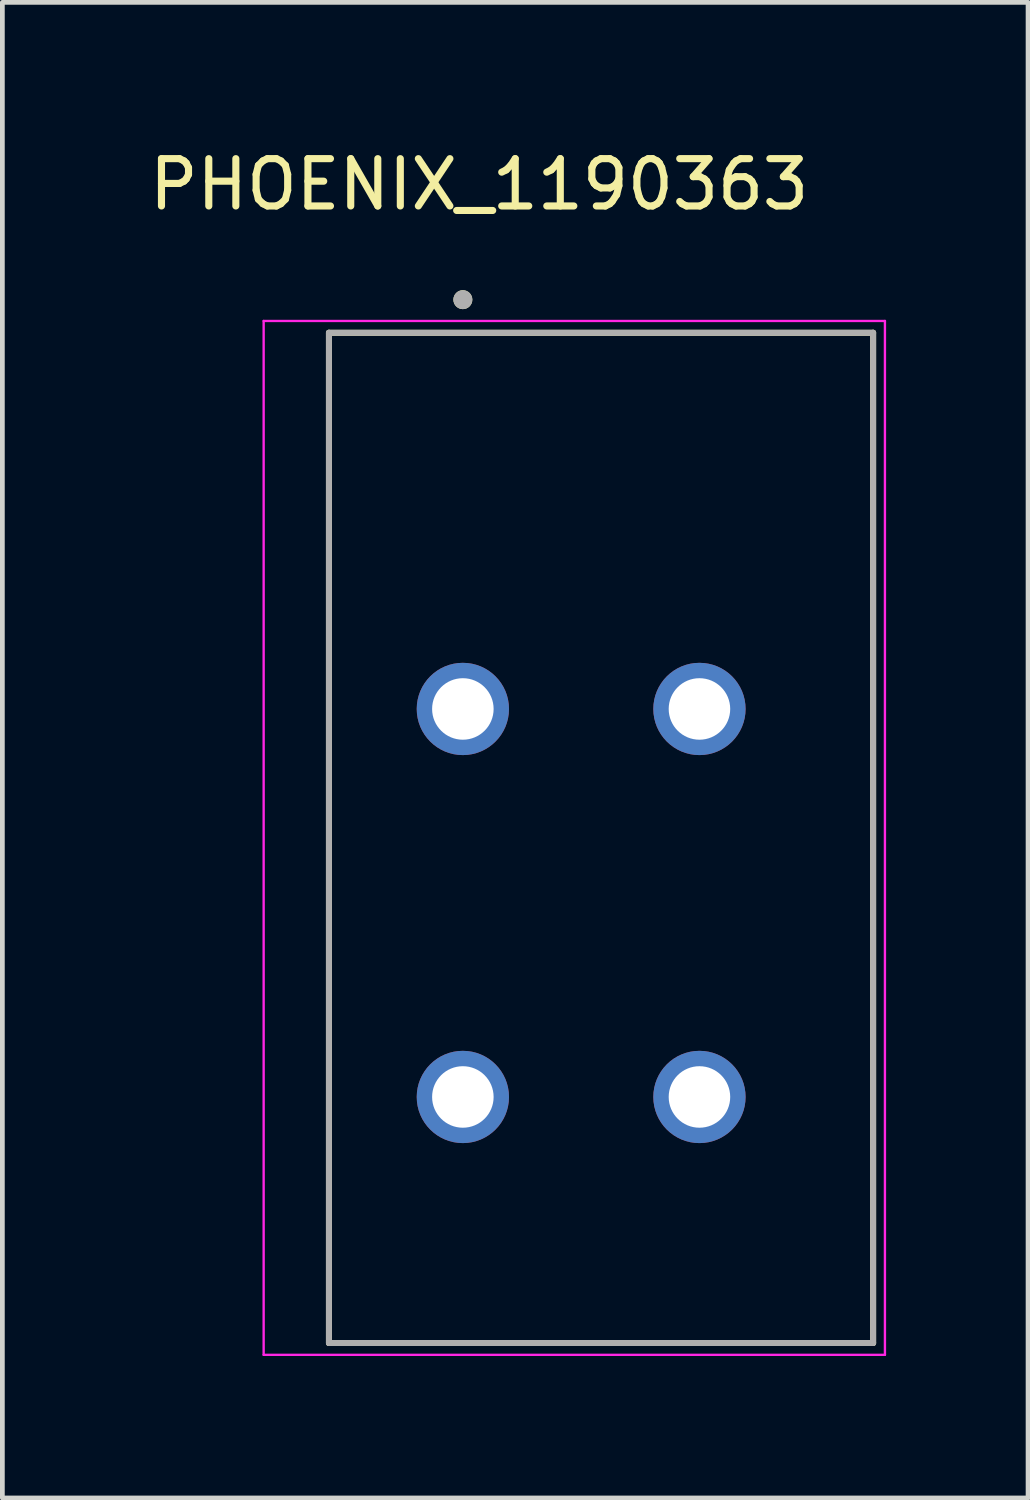
<source format=kicad_pcb>
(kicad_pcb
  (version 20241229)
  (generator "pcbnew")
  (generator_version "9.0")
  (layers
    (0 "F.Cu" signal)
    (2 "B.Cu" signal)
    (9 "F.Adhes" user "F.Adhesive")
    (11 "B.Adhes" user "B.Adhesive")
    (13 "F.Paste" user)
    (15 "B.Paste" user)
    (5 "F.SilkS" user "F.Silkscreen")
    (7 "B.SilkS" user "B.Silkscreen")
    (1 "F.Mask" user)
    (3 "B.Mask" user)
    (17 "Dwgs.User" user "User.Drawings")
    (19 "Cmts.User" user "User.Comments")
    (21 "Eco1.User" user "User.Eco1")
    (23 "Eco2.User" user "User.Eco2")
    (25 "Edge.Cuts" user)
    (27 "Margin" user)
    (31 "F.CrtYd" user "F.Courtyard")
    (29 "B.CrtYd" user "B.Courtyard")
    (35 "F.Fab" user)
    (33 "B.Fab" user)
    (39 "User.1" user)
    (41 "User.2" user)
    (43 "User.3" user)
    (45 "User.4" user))
  (footprint "PHOENIX_1190363"
    (layer "F.Cu")
    (at 3.902 25.333)
    (property "Reference" "PHOENIX_1190363" (at 3.175 -24.485 0) (layer "F.SilkS") (effects (font (size 1 1) (thickness 0.15))))
    (attr through_hole)
    (fp_line (start 0 -21.35) (end 0 0) (stroke (width 0.127) (type solid)) (layer "F.SilkS"))
    (fp_line (start 0 0) (end 11.5 0) (stroke (width 0.127) (type solid)) (layer "F.SilkS"))
    (fp_line (start 11.5 -21.35) (end 0 -21.35) (stroke (width 0.127) (type solid)) (layer "F.SilkS"))
    (fp_line (start 11.5 0) (end 11.5 -21.35) (stroke (width 0.127) (type solid)) (layer "F.SilkS"))
    (fp_circle (center 2.83 -22.05) (end 2.93 -22.05) (stroke (width 0.2) (type solid)) (fill no) (layer "F.SilkS"))
    (fp_line (start -1.38 -21.6) (end -1.38 0.25) (stroke (width 0.05) (type solid)) (layer "F.CrtYd"))
    (fp_line (start -1.38 0.25) (end 11.75 0.25) (stroke (width 0.05) (type solid)) (layer "F.CrtYd"))
    (fp_line (start 11.75 -21.6) (end -1.38 -21.6) (stroke (width 0.05) (type solid)) (layer "F.CrtYd"))
    (fp_line (start 11.75 0.25) (end 11.75 -21.6) (stroke (width 0.05) (type solid)) (layer "F.CrtYd"))
    (fp_line (start 0 -21.35) (end 0 0) (stroke (width 0.127) (type solid)) (layer "F.Fab"))
    (fp_line (start 0 0) (end 11.5 0) (stroke (width 0.127) (type solid)) (layer "F.Fab"))
    (fp_line (start 11.5 -21.35) (end 0 -21.35) (stroke (width 0.127) (type solid)) (layer "F.Fab"))
    (fp_line (start 11.5 0) (end 11.5 -21.35) (stroke (width 0.127) (type solid)) (layer "F.Fab"))
    (fp_circle (center 2.83 -22.05) (end 2.93 -22.05) (stroke (width 0.2) (type solid)) (fill no) (layer "F.Fab"))
    (pad "1_1" thru_hole circle (at 2.83 -13.4) (size 1.95 1.95) (drill 1.3) (layers "*.Cu" "*.Mask"))
    (pad "1_2" thru_hole circle (at 2.83 -5.2) (size 1.95 1.95) (drill 1.3) (layers "*.Cu" "*.Mask"))
    (pad "2_1" thru_hole circle (at 7.83 -13.4) (size 1.95 1.95) (drill 1.3) (layers "*.Cu" "*.Mask"))
    (pad "2_2" thru_hole circle (at 7.83 -5.2) (size 1.95 1.95) (drill 1.3) (layers "*.Cu" "*.Mask")))
  (gr_rect
    (start -3 -3)
    (end 18.677 28.608)
    (stroke (width 0.1) (type default))
    (fill no)
    (layer "Edge.Cuts")))
</source>
